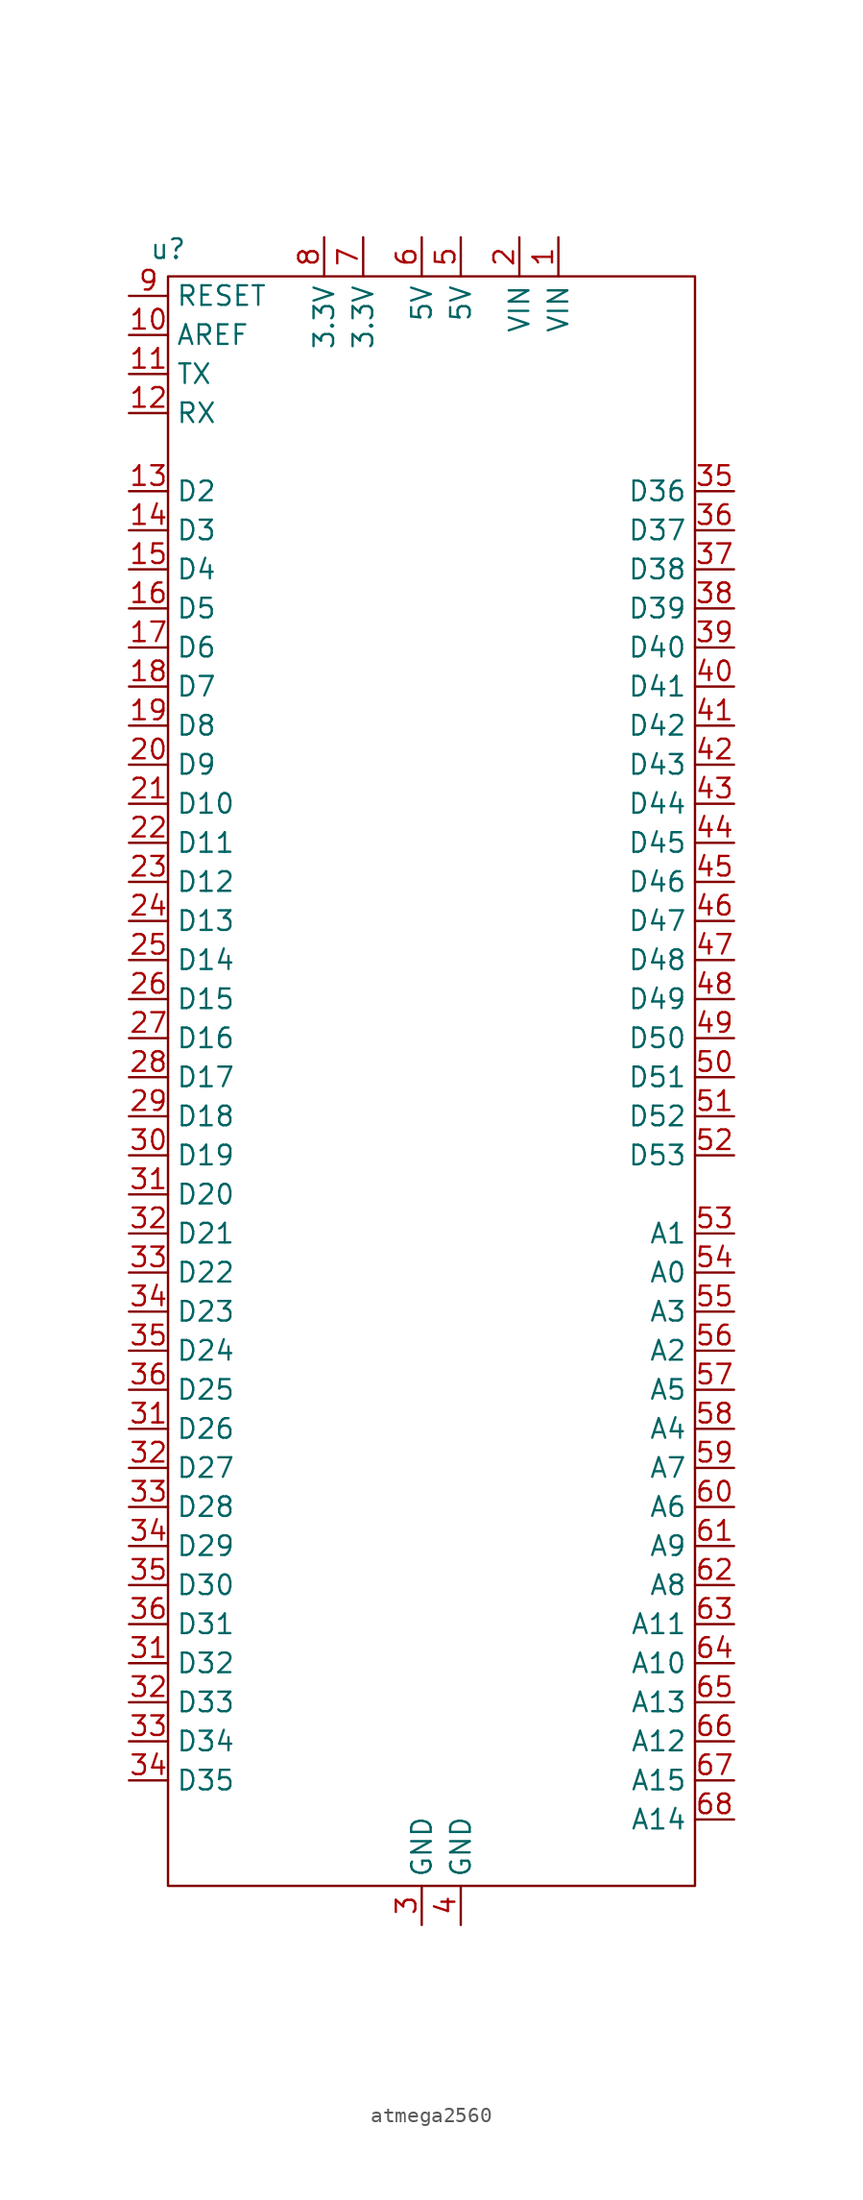
<source format=kicad_sym>
(kicad_symbol_lib
  (version 20241209)
  (generator "kicad_symbol_editor")
  (generator_version "9.0")
  (symbol "atmega2560"
    (property "Reference" "u"
      (at 0 1.778 0)
      (effects (font (size 1.27 1.27))))
    (property "Value" ""
      (at 0 0 0)
      (effects (font (size 1.27 1.27))))
    (symbol "atmega2560_0_1"
      (rectangle (start 0 0) (end 34.29 -104.648) (stroke (width 0) (type default)) (fill (type none))))
    (symbol "atmega2560_1_1"
      (pin input line (at -2.54 -1.27 0) (length 2.54) (name "RESET" (effects (font (size 1.27 1.27)))) (number "9" (effects (font (size 1.27 1.27)))))
      (pin input line (at -2.54 -3.81 0) (length 2.54) (name "AREF" (effects (font (size 1.27 1.27)))) (number "10" (effects (font (size 1.27 1.27)))))
      (pin input line (at -2.54 -6.35 0) (length 2.54) (name "TX" (effects (font (size 1.27 1.27)))) (number "11" (effects (font (size 1.27 1.27)))))
      (pin input line (at -2.54 -8.89 0) (length 2.54) (name "RX" (effects (font (size 1.27 1.27)))) (number "12" (effects (font (size 1.27 1.27)))))
      (pin input line (at -2.54 -13.97 0) (length 2.54) (name "D2" (effects (font (size 1.27 1.27)))) (number "13" (effects (font (size 1.27 1.27)))))
      (pin input line (at -2.54 -16.51 0) (length 2.54) (name "D3" (effects (font (size 1.27 1.27)))) (number "14" (effects (font (size 1.27 1.27)))))
      (pin input line (at -2.54 -19.05 0) (length 2.54) (name "D4" (effects (font (size 1.27 1.27)))) (number "15" (effects (font (size 1.27 1.27)))))
      (pin input line (at -2.54 -21.59 0) (length 2.54) (name "D5" (effects (font (size 1.27 1.27)))) (number "16" (effects (font (size 1.27 1.27)))))
      (pin input line (at -2.54 -24.13 0) (length 2.54) (name "D6" (effects (font (size 1.27 1.27)))) (number "17" (effects (font (size 1.27 1.27)))))
      (pin input line (at -2.54 -26.67 0) (length 2.54) (name "D7" (effects (font (size 1.27 1.27)))) (number "18" (effects (font (size 1.27 1.27)))))
      (pin input line (at -2.54 -29.21 0) (length 2.54) (name "D8" (effects (font (size 1.27 1.27)))) (number "19" (effects (font (size 1.27 1.27)))))
      (pin input line (at -2.54 -31.75 0) (length 2.54) (name "D9" (effects (font (size 1.27 1.27)))) (number "20" (effects (font (size 1.27 1.27)))))
      (pin input line (at -2.54 -34.29 0) (length 2.54) (name "D10" (effects (font (size 1.27 1.27)))) (number "21" (effects (font (size 1.27 1.27)))))
      (pin input line (at -2.54 -36.83 0) (length 2.54) (name "D11" (effects (font (size 1.27 1.27)))) (number "22" (effects (font (size 1.27 1.27)))))
      (pin input line (at -2.54 -39.37 0) (length 2.54) (name "D12" (effects (font (size 1.27 1.27)))) (number "23" (effects (font (size 1.27 1.27)))))
      (pin input line (at -2.54 -41.91 0) (length 2.54) (name "D13" (effects (font (size 1.27 1.27)))) (number "24" (effects (font (size 1.27 1.27)))))
      (pin input line (at -2.54 -44.45 0) (length 2.54) (name "D14" (effects (font (size 1.27 1.27)))) (number "25" (effects (font (size 1.27 1.27)))))
      (pin input line (at -2.54 -46.99 0) (length 2.54) (name "D15" (effects (font (size 1.27 1.27)))) (number "26" (effects (font (size 1.27 1.27)))))
      (pin input line (at -2.54 -49.53 0) (length 2.54) (name "D16" (effects (font (size 1.27 1.27)))) (number "27" (effects (font (size 1.27 1.27)))))
      (pin input line (at -2.54 -52.07 0) (length 2.54) (name "D17" (effects (font (size 1.27 1.27)))) (number "28" (effects (font (size 1.27 1.27)))))
      (pin input line (at -2.54 -54.61 0) (length 2.54) (name "D18" (effects (font (size 1.27 1.27)))) (number "29" (effects (font (size 1.27 1.27)))))
      (pin input line (at -2.54 -57.15 0) (length 2.54) (name "D19" (effects (font (size 1.27 1.27)))) (number "30" (effects (font (size 1.27 1.27)))))
      (pin input line (at -2.54 -59.69 0) (length 2.54) (name "D20" (effects (font (size 1.27 1.27)))) (number "31" (effects (font (size 1.27 1.27)))))
      (pin input line (at -2.54 -62.23 0) (length 2.54) (name "D21" (effects (font (size 1.27 1.27)))) (number "32" (effects (font (size 1.27 1.27)))))
      (pin input line (at -2.54 -64.77 0) (length 2.54) (name "D22" (effects (font (size 1.27 1.27)))) (number "33" (effects (font (size 1.27 1.27)))))
      (pin input line (at -2.54 -67.31 0) (length 2.54) (name "D23" (effects (font (size 1.27 1.27)))) (number "34" (effects (font (size 1.27 1.27)))))
      (pin input line (at -2.54 -69.85 0) (length 2.54) (name "D24" (effects (font (size 1.27 1.27)))) (number "35" (effects (font (size 1.27 1.27)))))
      (pin input line (at -2.54 -72.39 0) (length 2.54) (name "D25" (effects (font (size 1.27 1.27)))) (number "36" (effects (font (size 1.27 1.27)))))
      (pin input line (at -2.54 -74.93 0) (length 2.54) (name "D26" (effects (font (size 1.27 1.27)))) (number "31" (effects (font (size 1.27 1.27)))))
      (pin input line (at -2.54 -77.47 0) (length 2.54) (name "D27" (effects (font (size 1.27 1.27)))) (number "32" (effects (font (size 1.27 1.27)))))
      (pin input line (at -2.54 -80.01 0) (length 2.54) (name "D28" (effects (font (size 1.27 1.27)))) (number "33" (effects (font (size 1.27 1.27)))))
      (pin input line (at -2.54 -82.55 0) (length 2.54) (name "D29" (effects (font (size 1.27 1.27)))) (number "34" (effects (font (size 1.27 1.27)))))
      (pin input line (at -2.54 -85.09 0) (length 2.54) (name "D30" (effects (font (size 1.27 1.27)))) (number "35" (effects (font (size 1.27 1.27)))))
      (pin input line (at -2.54 -87.63 0) (length 2.54) (name "D31" (effects (font (size 1.27 1.27)))) (number "36" (effects (font (size 1.27 1.27)))))
      (pin input line (at -2.54 -90.17 0) (length 2.54) (name "D32" (effects (font (size 1.27 1.27)))) (number "31" (effects (font (size 1.27 1.27)))))
      (pin input line (at -2.54 -92.71 0) (length 2.54) (name "D33" (effects (font (size 1.27 1.27)))) (number "32" (effects (font (size 1.27 1.27)))))
      (pin input line (at -2.54 -95.25 0) (length 2.54) (name "D34" (effects (font (size 1.27 1.27)))) (number "33" (effects (font (size 1.27 1.27)))))
      (pin input line (at -2.54 -97.79 0) (length 2.54) (name "D35" (effects (font (size 1.27 1.27)))) (number "34" (effects (font (size 1.27 1.27)))))
      (pin input line (at 10.16 2.54 270) (length 2.54) (name "3.3V" (effects (font (size 1.27 1.27)))) (number "8" (effects (font (size 1.27 1.27)))))
      (pin input line (at 12.7 2.54 270) (length 2.54) (name "3.3V" (effects (font (size 1.27 1.27)))) (number "7" (effects (font (size 1.27 1.27)))))
      (pin input line (at 16.51 2.54 270) (length 2.54) (name "5V" (effects (font (size 1.27 1.27)))) (number "6" (effects (font (size 1.27 1.27)))))
      (pin input line (at 16.51 -107.188 90) (length 2.54) (name "GND" (effects (font (size 1.27 1.27)))) (number "3" (effects (font (size 1.27 1.27)))))
      (pin input line (at 19.05 2.54 270) (length 2.54) (name "5V" (effects (font (size 1.27 1.27)))) (number "5" (effects (font (size 1.27 1.27)))))
      (pin input line (at 19.05 -107.188 90) (length 2.54) (name "GND" (effects (font (size 1.27 1.27)))) (number "4" (effects (font (size 1.27 1.27)))))
      (pin input line (at 22.86 2.54 270) (length 2.54) (name "VIN" (effects (font (size 1.27 1.27)))) (number "2" (effects (font (size 1.27 1.27)))))
      (pin input line (at 25.4 2.54 270) (length 2.54) (name "VIN" (effects (font (size 1.27 1.27)))) (number "1" (effects (font (size 1.27 1.27)))))
      (pin input line (at 36.83 -13.97 180) (length 2.54) (name "D36" (effects (font (size 1.27 1.27)))) (number "35" (effects (font (size 1.27 1.27)))))
      (pin input line (at 36.83 -16.51 180) (length 2.54) (name "D37" (effects (font (size 1.27 1.27)))) (number "36" (effects (font (size 1.27 1.27)))))
      (pin input line (at 36.83 -19.05 180) (length 2.54) (name "D38" (effects (font (size 1.27 1.27)))) (number "37" (effects (font (size 1.27 1.27)))))
      (pin input line (at 36.83 -21.59 180) (length 2.54) (name "D39" (effects (font (size 1.27 1.27)))) (number "38" (effects (font (size 1.27 1.27)))))
      (pin input line (at 36.83 -24.13 180) (length 2.54) (name "D40" (effects (font (size 1.27 1.27)))) (number "39" (effects (font (size 1.27 1.27)))))
      (pin input line (at 36.83 -26.67 180) (length 2.54) (name "D41" (effects (font (size 1.27 1.27)))) (number "40" (effects (font (size 1.27 1.27)))))
      (pin input line (at 36.83 -29.21 180) (length 2.54) (name "D42" (effects (font (size 1.27 1.27)))) (number "41" (effects (font (size 1.27 1.27)))))
      (pin input line (at 36.83 -31.75 180) (length 2.54) (name "D43" (effects (font (size 1.27 1.27)))) (number "42" (effects (font (size 1.27 1.27)))))
      (pin input line (at 36.83 -34.29 180) (length 2.54) (name "D44" (effects (font (size 1.27 1.27)))) (number "43" (effects (font (size 1.27 1.27)))))
      (pin input line (at 36.83 -36.83 180) (length 2.54) (name "D45" (effects (font (size 1.27 1.27)))) (number "44" (effects (font (size 1.27 1.27)))))
      (pin input line (at 36.83 -39.37 180) (length 2.54) (name "D46" (effects (font (size 1.27 1.27)))) (number "45" (effects (font (size 1.27 1.27)))))
      (pin input line (at 36.83 -41.91 180) (length 2.54) (name "D47" (effects (font (size 1.27 1.27)))) (number "46" (effects (font (size 1.27 1.27)))))
      (pin input line (at 36.83 -44.45 180) (length 2.54) (name "D48" (effects (font (size 1.27 1.27)))) (number "47" (effects (font (size 1.27 1.27)))))
      (pin input line (at 36.83 -46.99 180) (length 2.54) (name "D49" (effects (font (size 1.27 1.27)))) (number "48" (effects (font (size 1.27 1.27)))))
      (pin input line (at 36.83 -49.53 180) (length 2.54) (name "D50" (effects (font (size 1.27 1.27)))) (number "49" (effects (font (size 1.27 1.27)))))
      (pin input line (at 36.83 -52.07 180) (length 2.54) (name "D51" (effects (font (size 1.27 1.27)))) (number "50" (effects (font (size 1.27 1.27)))))
      (pin input line (at 36.83 -54.61 180) (length 2.54) (name "D52" (effects (font (size 1.27 1.27)))) (number "51" (effects (font (size 1.27 1.27)))))
      (pin input line (at 36.83 -57.15 180) (length 2.54) (name "D53" (effects (font (size 1.27 1.27)))) (number "52" (effects (font (size 1.27 1.27)))))
      (pin input line (at 36.83 -62.23 180) (length 2.54) (name "A1" (effects (font (size 1.27 1.27)))) (number "53" (effects (font (size 1.27 1.27)))))
      (pin input line (at 36.83 -64.77 180) (length 2.54) (name "A0" (effects (font (size 1.27 1.27)))) (number "54" (effects (font (size 1.27 1.27)))))
      (pin input line (at 36.83 -67.31 180) (length 2.54) (name "A3" (effects (font (size 1.27 1.27)))) (number "55" (effects (font (size 1.27 1.27)))))
      (pin input line (at 36.83 -69.85 180) (length 2.54) (name "A2" (effects (font (size 1.27 1.27)))) (number "56" (effects (font (size 1.27 1.27)))))
      (pin input line (at 36.83 -72.39 180) (length 2.54) (name "A5" (effects (font (size 1.27 1.27)))) (number "57" (effects (font (size 1.27 1.27)))))
      (pin input line (at 36.83 -74.93 180) (length 2.54) (name "A4" (effects (font (size 1.27 1.27)))) (number "58" (effects (font (size 1.27 1.27)))))
      (pin input line (at 36.83 -77.47 180) (length 2.54) (name "A7" (effects (font (size 1.27 1.27)))) (number "59" (effects (font (size 1.27 1.27)))))
      (pin input line (at 36.83 -80.01 180) (length 2.54) (name "A6" (effects (font (size 1.27 1.27)))) (number "60" (effects (font (size 1.27 1.27)))))
      (pin input line (at 36.83 -82.55 180) (length 2.54) (name "A9" (effects (font (size 1.27 1.27)))) (number "61" (effects (font (size 1.27 1.27)))))
      (pin input line (at 36.83 -85.09 180) (length 2.54) (name "A8" (effects (font (size 1.27 1.27)))) (number "62" (effects (font (size 1.27 1.27)))))
      (pin input line (at 36.83 -87.63 180) (length 2.54) (name "A11" (effects (font (size 1.27 1.27)))) (number "63" (effects (font (size 1.27 1.27)))))
      (pin input line (at 36.83 -90.17 180) (length 2.54) (name "A10" (effects (font (size 1.27 1.27)))) (number "64" (effects (font (size 1.27 1.27)))))
      (pin input line (at 36.83 -92.71 180) (length 2.54) (name "A13" (effects (font (size 1.27 1.27)))) (number "65" (effects (font (size 1.27 1.27)))))
      (pin input line (at 36.83 -95.25 180) (length 2.54) (name "A12" (effects (font (size 1.27 1.27)))) (number "66" (effects (font (size 1.27 1.27)))))
      (pin input line (at 36.83 -97.79 180) (length 2.54) (name "A15" (effects (font (size 1.27 1.27)))) (number "67" (effects (font (size 1.27 1.27)))))
      (pin input line (at 36.83 -100.33 180) (length 2.54) (name "A14" (effects (font (size 1.27 1.27)))) (number "68" (effects (font (size 1.27 1.27))))))))
</source>
